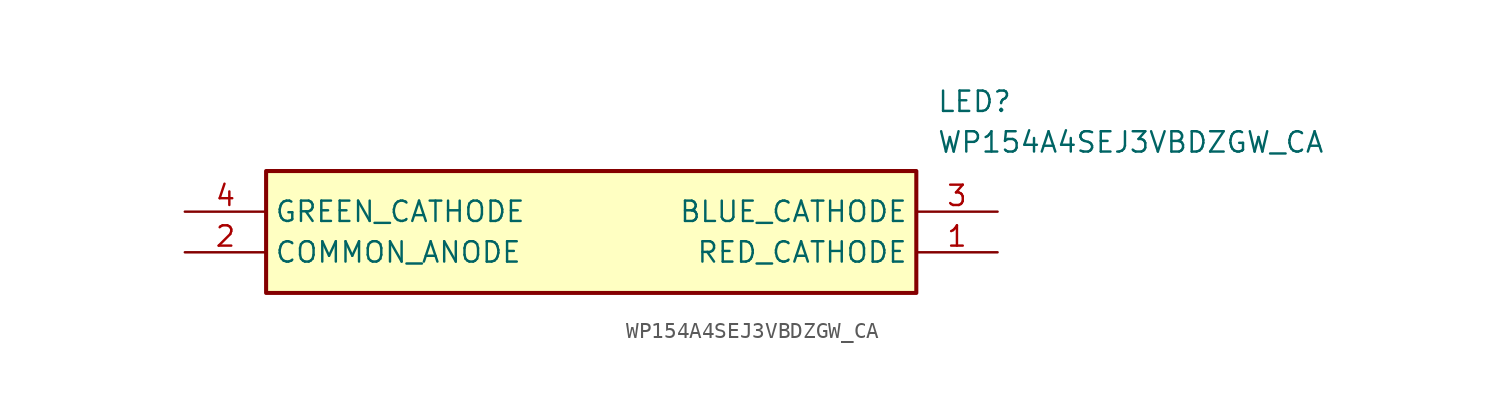
<source format=kicad_sym>
(kicad_symbol_lib
  (version 20211014)
  (generator SamacSys_ECAD_Model)
  (symbol "WP154A4SEJ3VBDZGW_CA"
    (property "Reference" "LED"
      (at 46.99 7.62 0)
      (effects (font (size 1.27 1.27)) (justify left top)))
    (property "Value" "WP154A4SEJ3VBDZGW_CA"
      (at 46.99 5.08 0)
      (effects (font (size 1.27 1.27)) (justify left top)))
    (rectangle
      (start 5.08 2.54)
      (end 45.72 -5.08)
      (stroke (width 0.254) (type default))
      (fill (type background)))
    (pin passive line
      (at 50.8 -2.54 180)
      (length 5.08)
      (name "RED_CATHODE" (effects (font (size 1.27 1.27))))
      (number "1" (effects (font (size 1.27 1.27)))))
    (pin passive line
      (at 0 -2.54 0)
      (length 5.08)
      (name "COMMON_ANODE" (effects (font (size 1.27 1.27))))
      (number "2" (effects (font (size 1.27 1.27)))))
    (pin passive line
      (at 50.8 0 180)
      (length 5.08)
      (name "BLUE_CATHODE" (effects (font (size 1.27 1.27))))
      (number "3" (effects (font (size 1.27 1.27)))))
    (pin passive line
      (at 0 0 0)
      (length 5.08)
      (name "GREEN_CATHODE" (effects (font (size 1.27 1.27))))
      (number "4" (effects (font (size 1.27 1.27)))))))
</source>
